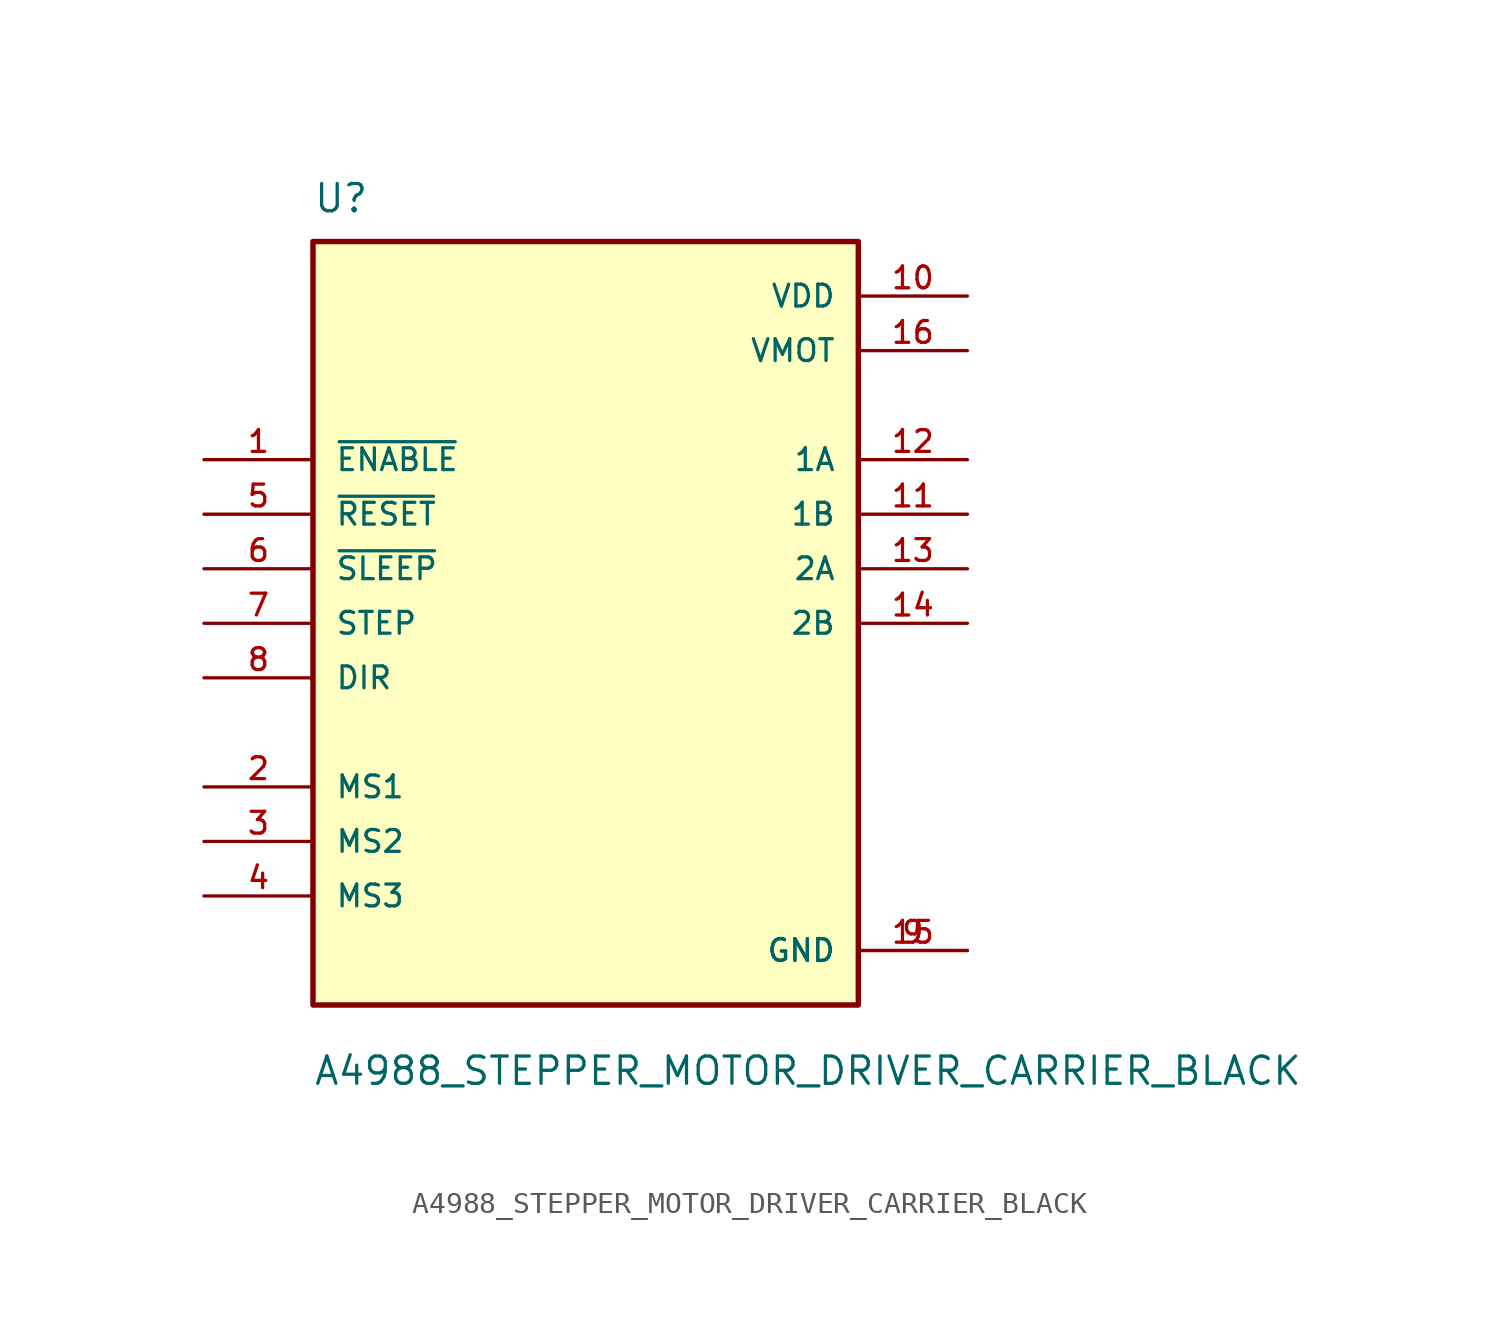
<source format=kicad_sym>
(kicad_symbol_lib
  (version 20211014)
  (generator kicad_symbol_editor)
  (symbol "A4988_STEPPER_MOTOR_DRIVER_CARRIER_BLACK"
    (pin_names
      (offset 1.016))
    (property "Reference" "U"
      (at -12.7 19.05 0)
      (effects (font (size 1.27 1.27)) (justify bottom left)))
    (property "Value" "A4988_STEPPER_MOTOR_DRIVER_CARRIER_BLACK"
      (at -12.7 -21.59 0)
      (effects (font (size 1.27 1.27)) (justify bottom left)))
    (symbol "A4988_STEPPER_MOTOR_DRIVER_CARRIER_BLACK_0_0"
      (rectangle (start -12.7 -17.78) (end 12.7 17.78) (stroke (width 0.254)) (fill (type background)))
      (pin input line (at -17.78 7.62 0) (length 5.08) (name "~{ENABLE}" (effects (font (size 1.016 1.016)))) (number "1" (effects (font (size 1.016 1.016)))))
      (pin output line (at 17.78 7.62 180.0) (length 5.08) (name "1A" (effects (font (size 1.016 1.016)))) (number "12" (effects (font (size 1.016 1.016)))))
      (pin input line (at -17.78 5.08 0) (length 5.08) (name "~{RESET}" (effects (font (size 1.016 1.016)))) (number "5" (effects (font (size 1.016 1.016)))))
      (pin input line (at -17.78 2.54 0) (length 5.08) (name "~{SLEEP}" (effects (font (size 1.016 1.016)))) (number "6" (effects (font (size 1.016 1.016)))))
      (pin input line (at -17.78 0.0 0) (length 5.08) (name "STEP" (effects (font (size 1.016 1.016)))) (number "7" (effects (font (size 1.016 1.016)))))
      (pin input line (at -17.78 -2.54 0) (length 5.08) (name "DIR" (effects (font (size 1.016 1.016)))) (number "8" (effects (font (size 1.016 1.016)))))
      (pin input line (at -17.78 -7.62 0) (length 5.08) (name "MS1" (effects (font (size 1.016 1.016)))) (number "2" (effects (font (size 1.016 1.016)))))
      (pin input line (at -17.78 -10.16 0) (length 5.08) (name "MS2" (effects (font (size 1.016 1.016)))) (number "3" (effects (font (size 1.016 1.016)))))
      (pin input line (at -17.78 -12.7 0) (length 5.08) (name "MS3" (effects (font (size 1.016 1.016)))) (number "4" (effects (font (size 1.016 1.016)))))
      (pin output line (at 17.78 5.08 180.0) (length 5.08) (name "1B" (effects (font (size 1.016 1.016)))) (number "11" (effects (font (size 1.016 1.016)))))
      (pin output line (at 17.78 2.54 180.0) (length 5.08) (name "2A" (effects (font (size 1.016 1.016)))) (number "13" (effects (font (size 1.016 1.016)))))
      (pin output line (at 17.78 0.0 180.0) (length 5.08) (name "2B" (effects (font (size 1.016 1.016)))) (number "14" (effects (font (size 1.016 1.016)))))
      (pin power_in line (at 17.78 15.24 180.0) (length 5.08) (name "VDD" (effects (font (size 1.016 1.016)))) (number "10" (effects (font (size 1.016 1.016)))))
      (pin power_in line (at 17.78 12.7 180.0) (length 5.08) (name "VMOT" (effects (font (size 1.016 1.016)))) (number "16" (effects (font (size 1.016 1.016)))))
      (pin power_in line (at 17.78 -15.24 180.0) (length 5.08) (name "GND" (effects (font (size 1.016 1.016)))) (number "9" (effects (font (size 1.016 1.016)))))
      (pin power_in line (at 17.78 -15.24 180.0) (length 5.08) (name "GND" (effects (font (size 1.016 1.016)))) (number "15" (effects (font (size 1.016 1.016))))))))
</source>
